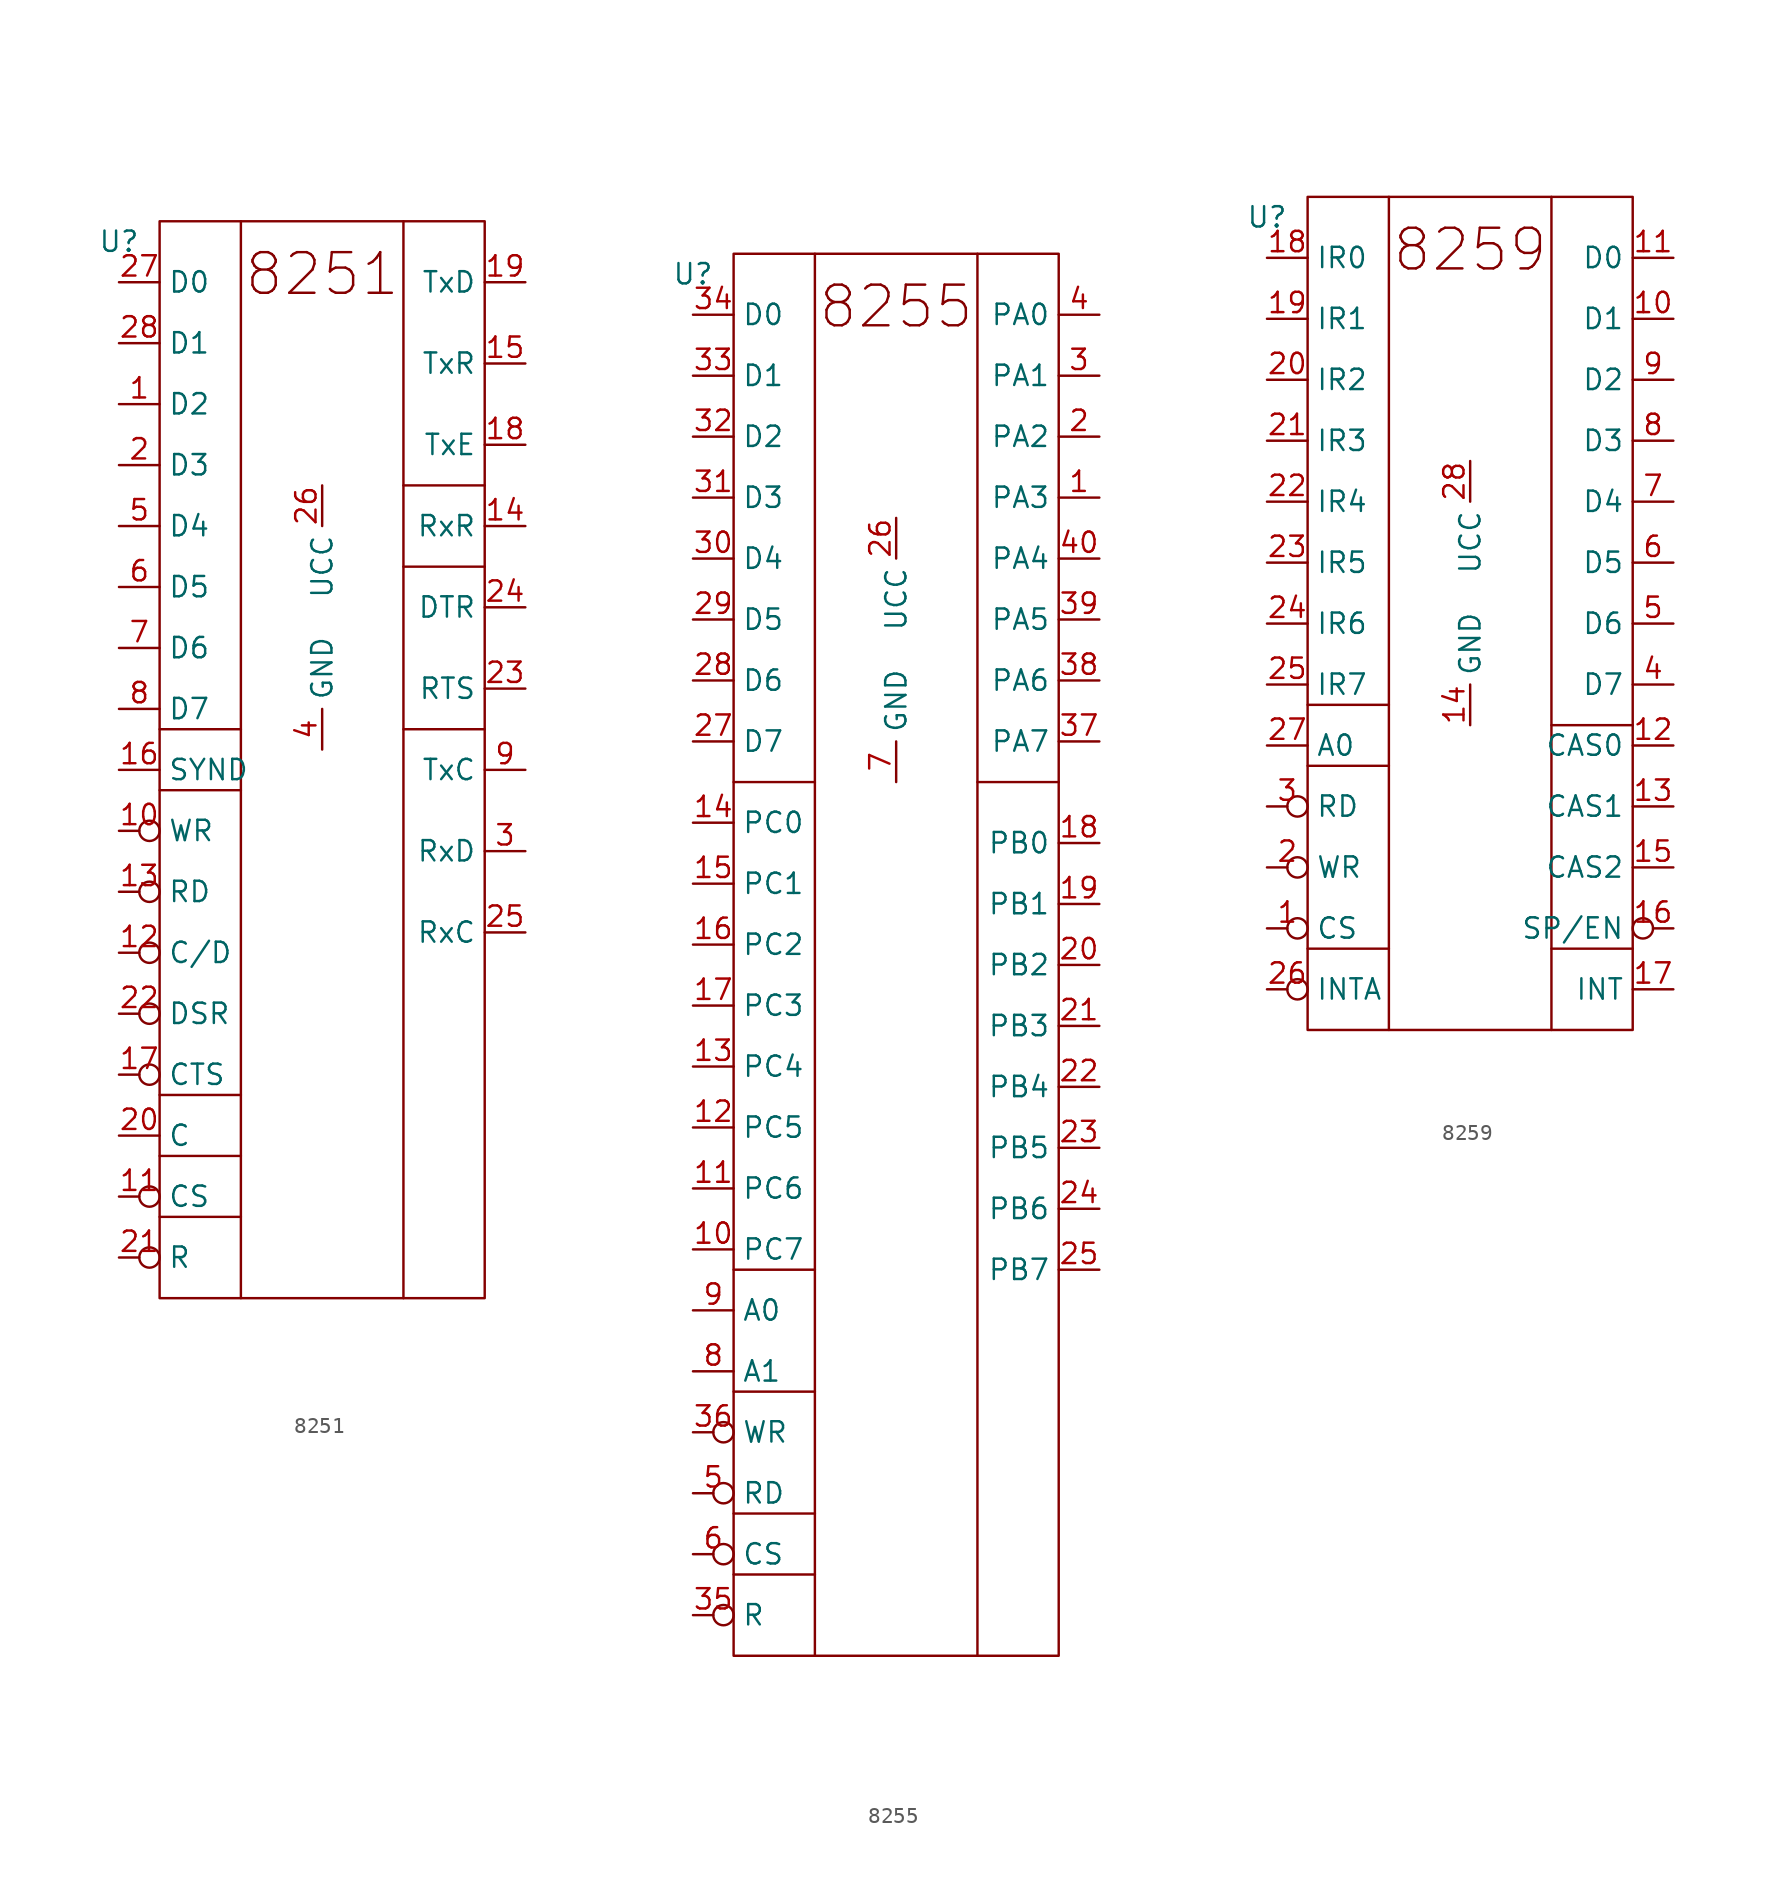
<source format=kicad_sym>
(kicad_symbol_lib
  (version 20231120)
  (generator "kicad_symbol_editor")
  (generator_version "8.0")
  (symbol "8251"
    (property "Reference" "U"
      (at 0 2.54 0)
      (effects (font (size 1.27 1.27))))
    (property "Value" ""
      (at 2.54 6.35 0)
      (effects (font (size 1.27 1.27))))
    (symbol "8251_0_1"
      (polyline (pts (xy 2.54 -58.42) (xy 7.62 -58.42)) (stroke (width 0) (type default)) (fill (type none)))
      (polyline (pts (xy 2.54 -54.61) (xy 7.62 -54.61)) (stroke (width 0) (type default)) (fill (type none)))
      (polyline (pts (xy 2.54 -50.8) (xy 7.62 -50.8)) (stroke (width 0) (type default)) (fill (type none)))
      (polyline (pts (xy 2.54 -31.75) (xy 7.62 -31.75)) (stroke (width 0) (type default)) (fill (type none)))
      (polyline (pts (xy 2.54 -27.94) (xy 7.62 -27.94)) (stroke (width 0) (type default)) (fill (type none)))
      (polyline (pts (xy 7.62 3.81) (xy 7.62 -63.5)) (stroke (width 0) (type default)) (fill (type none)))
      (polyline (pts (xy 17.78 -17.78) (xy 22.86 -17.78)) (stroke (width 0) (type default)) (fill (type none)))
      (polyline (pts (xy 17.78 -12.7) (xy 22.86 -12.7)) (stroke (width 0) (type default)) (fill (type none)))
      (polyline (pts (xy 17.78 3.81) (xy 17.78 -63.5)) (stroke (width 0) (type default)) (fill (type none)))
      (rectangle (start 2.54 3.81) (end 22.86 -63.5) (stroke (width 0) (type default)) (fill (type none))))
    (symbol "8251_1_1"
      (polyline (pts (xy 17.78 -27.94) (xy 22.86 -27.94)) (stroke (width 0) (type default)) (fill (type none)))
      (text "8251" (at 12.7 0.508 0) (effects (font (size 2.54 2.54))))
      (pin bidirectional line (at 0 -7.62 0) (length 2.54) (name "D2" (effects (font (size 1.27 1.27)))) (number "1" (effects (font (size 1.27 1.27)))))
      (pin input inverted (at 0 -34.29 0) (length 2.54) (name "WR" (effects (font (size 1.27 1.27)))) (number "10" (effects (font (size 1.27 1.27)))))
      (pin input inverted (at 0 -57.15 0) (length 2.54) (name "CS" (effects (font (size 1.27 1.27)))) (number "11" (effects (font (size 1.27 1.27)))))
      (pin input inverted (at 0 -41.91 0) (length 2.54) (name "C/D" (effects (font (size 1.27 1.27)))) (number "12" (effects (font (size 1.27 1.27)))))
      (pin input inverted (at 0 -38.1 0) (length 2.54) (name "RD" (effects (font (size 1.27 1.27)))) (number "13" (effects (font (size 1.27 1.27)))))
      (pin output line (at 25.4 -15.24 180) (length 2.54) (name "RxR" (effects (font (size 1.27 1.27)))) (number "14" (effects (font (size 1.27 1.27)))))
      (pin output line (at 25.4 -5.08 180) (length 2.54) (name "TxR" (effects (font (size 1.27 1.27)))) (number "15" (effects (font (size 1.27 1.27)))))
      (pin bidirectional line (at 0 -30.48 0) (length 2.54) (name "SYND" (effects (font (size 1.27 1.27)))) (number "16" (effects (font (size 1.27 1.27)))))
      (pin input inverted (at 0 -49.53 0) (length 2.54) (name "CTS" (effects (font (size 1.27 1.27)))) (number "17" (effects (font (size 1.27 1.27)))))
      (pin output line (at 25.4 -10.16 180) (length 2.54) (name "TxE" (effects (font (size 1.27 1.27)))) (number "18" (effects (font (size 1.27 1.27)))))
      (pin output line (at 25.4 0 180) (length 2.54) (name "TxD" (effects (font (size 1.27 1.27)))) (number "19" (effects (font (size 1.27 1.27)))))
      (pin bidirectional line (at 0 -11.43 0) (length 2.54) (name "D3" (effects (font (size 1.27 1.27)))) (number "2" (effects (font (size 1.27 1.27)))))
      (pin input line (at 0 -53.34 0) (length 2.54) (name "C" (effects (font (size 1.27 1.27)))) (number "20" (effects (font (size 1.27 1.27)))))
      (pin input inverted (at 0 -60.96 0) (length 2.54) (name "R" (effects (font (size 1.27 1.27)))) (number "21" (effects (font (size 1.27 1.27)))))
      (pin input inverted (at 0 -45.72 0) (length 2.54) (name "DSR" (effects (font (size 1.27 1.27)))) (number "22" (effects (font (size 1.27 1.27)))))
      (pin output line (at 25.4 -25.4 180) (length 2.54) (name "RTS" (effects (font (size 1.27 1.27)))) (number "23" (effects (font (size 1.27 1.27)))))
      (pin output line (at 25.4 -20.32 180) (length 2.54) (name "DTR" (effects (font (size 1.27 1.27)))) (number "24" (effects (font (size 1.27 1.27)))))
      (pin input line (at 25.4 -40.64 180) (length 2.54) (name "RxC" (effects (font (size 1.27 1.27)))) (number "25" (effects (font (size 1.27 1.27)))))
      (pin power_in line (at 12.7 -12.7 270) (length 2.54) (name "UCC" (effects (font (size 1.27 1.27)))) (number "26" (effects (font (size 1.27 1.27)))))
      (pin bidirectional line (at 0 0 0) (length 2.54) (name "D0" (effects (font (size 1.27 1.27)))) (number "27" (effects (font (size 1.27 1.27)))))
      (pin bidirectional line (at 0 -3.81 0) (length 2.54) (name "D1" (effects (font (size 1.27 1.27)))) (number "28" (effects (font (size 1.27 1.27)))))
      (pin input line (at 25.4 -35.56 180) (length 2.54) (name "RxD" (effects (font (size 1.27 1.27)))) (number "3" (effects (font (size 1.27 1.27)))))
      (pin power_in line (at 12.7 -29.21 90) (length 2.54) (name "GND" (effects (font (size 1.27 1.27)))) (number "4" (effects (font (size 1.27 1.27)))))
      (pin bidirectional line (at 0 -15.24 0) (length 2.54) (name "D4" (effects (font (size 1.27 1.27)))) (number "5" (effects (font (size 1.27 1.27)))))
      (pin bidirectional line (at 0 -19.05 0) (length 2.54) (name "D5" (effects (font (size 1.27 1.27)))) (number "6" (effects (font (size 1.27 1.27)))))
      (pin bidirectional line (at 0 -22.86 0) (length 2.54) (name "D6" (effects (font (size 1.27 1.27)))) (number "7" (effects (font (size 1.27 1.27)))))
      (pin bidirectional line (at 0 -26.67 0) (length 2.54) (name "D7" (effects (font (size 1.27 1.27)))) (number "8" (effects (font (size 1.27 1.27)))))
      (pin output line (at 25.4 -30.48 180) (length 2.54) (name "TxC" (effects (font (size 1.27 1.27)))) (number "9" (effects (font (size 1.27 1.27)))))))
  (symbol "8255"
    (property "Reference" "U"
      (at 0 2.54 0)
      (effects (font (size 1.27 1.27))))
    (property "Value" ""
      (at 2.54 6.35 0)
      (effects (font (size 1.27 1.27))))
    (symbol "8255_0_1"
      (polyline (pts (xy 2.54 -78.74) (xy 7.62 -78.74)) (stroke (width 0) (type default)) (fill (type none)))
      (polyline (pts (xy 2.54 -74.93) (xy 7.62 -74.93)) (stroke (width 0) (type default)) (fill (type none)))
      (polyline (pts (xy 2.54 -67.31) (xy 7.62 -67.31)) (stroke (width 0) (type default)) (fill (type none)))
      (polyline (pts (xy 2.54 -59.69) (xy 7.62 -59.69)) (stroke (width 0) (type default)) (fill (type none)))
      (polyline (pts (xy 2.54 -29.21) (xy 7.62 -29.21)) (stroke (width 0) (type default)) (fill (type none)))
      (polyline (pts (xy 7.62 3.81) (xy 7.62 -83.82)) (stroke (width 0) (type default)) (fill (type none)))
      (polyline (pts (xy 17.78 3.81) (xy 17.78 -83.82)) (stroke (width 0) (type default)) (fill (type none)))
      (rectangle (start 2.54 3.81) (end 22.86 -83.82) (stroke (width 0) (type default)) (fill (type none))))
    (symbol "8255_1_1"
      (polyline (pts (xy 17.78 -29.21) (xy 22.86 -29.21)) (stroke (width 0) (type default)) (fill (type none)))
      (text "8255" (at 12.7 0.508 0) (effects (font (size 2.54 2.54))))
      (pin bidirectional line (at 25.4 -11.43 180) (length 2.54) (name "PA3" (effects (font (size 1.27 1.27)))) (number "1" (effects (font (size 1.27 1.27)))))
      (pin bidirectional line (at 0 -58.42 0) (length 2.54) (name "PC7" (effects (font (size 1.27 1.27)))) (number "10" (effects (font (size 1.27 1.27)))))
      (pin bidirectional line (at 0 -54.61 0) (length 2.54) (name "PC6" (effects (font (size 1.27 1.27)))) (number "11" (effects (font (size 1.27 1.27)))))
      (pin bidirectional line (at 0 -50.8 0) (length 2.54) (name "PC5" (effects (font (size 1.27 1.27)))) (number "12" (effects (font (size 1.27 1.27)))))
      (pin bidirectional line (at 0 -46.99 0) (length 2.54) (name "PC4" (effects (font (size 1.27 1.27)))) (number "13" (effects (font (size 1.27 1.27)))))
      (pin bidirectional line (at 0 -31.75 0) (length 2.54) (name "PC0" (effects (font (size 1.27 1.27)))) (number "14" (effects (font (size 1.27 1.27)))))
      (pin bidirectional line (at 0 -35.56 0) (length 2.54) (name "PC1" (effects (font (size 1.27 1.27)))) (number "15" (effects (font (size 1.27 1.27)))))
      (pin bidirectional line (at 0 -39.37 0) (length 2.54) (name "PC2" (effects (font (size 1.27 1.27)))) (number "16" (effects (font (size 1.27 1.27)))))
      (pin bidirectional line (at 0 -43.18 0) (length 2.54) (name "PC3" (effects (font (size 1.27 1.27)))) (number "17" (effects (font (size 1.27 1.27)))))
      (pin bidirectional line (at 25.4 -33.02 180) (length 2.54) (name "PB0" (effects (font (size 1.27 1.27)))) (number "18" (effects (font (size 1.27 1.27)))))
      (pin bidirectional line (at 25.4 -36.83 180) (length 2.54) (name "PB1" (effects (font (size 1.27 1.27)))) (number "19" (effects (font (size 1.27 1.27)))))
      (pin bidirectional line (at 25.4 -7.62 180) (length 2.54) (name "PA2" (effects (font (size 1.27 1.27)))) (number "2" (effects (font (size 1.27 1.27)))))
      (pin bidirectional line (at 25.4 -40.64 180) (length 2.54) (name "PB2" (effects (font (size 1.27 1.27)))) (number "20" (effects (font (size 1.27 1.27)))))
      (pin bidirectional line (at 25.4 -44.45 180) (length 2.54) (name "PB3" (effects (font (size 1.27 1.27)))) (number "21" (effects (font (size 1.27 1.27)))))
      (pin bidirectional line (at 25.4 -48.26 180) (length 2.54) (name "PB4" (effects (font (size 1.27 1.27)))) (number "22" (effects (font (size 1.27 1.27)))))
      (pin bidirectional line (at 25.4 -52.07 180) (length 2.54) (name "PB5" (effects (font (size 1.27 1.27)))) (number "23" (effects (font (size 1.27 1.27)))))
      (pin bidirectional line (at 25.4 -55.88 180) (length 2.54) (name "PB6" (effects (font (size 1.27 1.27)))) (number "24" (effects (font (size 1.27 1.27)))))
      (pin bidirectional line (at 25.4 -59.69 180) (length 2.54) (name "PB7" (effects (font (size 1.27 1.27)))) (number "25" (effects (font (size 1.27 1.27)))))
      (pin power_in line (at 12.7 -12.7 270) (length 2.54) (name "UCC" (effects (font (size 1.27 1.27)))) (number "26" (effects (font (size 1.27 1.27)))))
      (pin bidirectional line (at 0 -26.67 0) (length 2.54) (name "D7" (effects (font (size 1.27 1.27)))) (number "27" (effects (font (size 1.27 1.27)))))
      (pin bidirectional line (at 0 -22.86 0) (length 2.54) (name "D6" (effects (font (size 1.27 1.27)))) (number "28" (effects (font (size 1.27 1.27)))))
      (pin bidirectional line (at 0 -19.05 0) (length 2.54) (name "D5" (effects (font (size 1.27 1.27)))) (number "29" (effects (font (size 1.27 1.27)))))
      (pin bidirectional line (at 25.4 -3.81 180) (length 2.54) (name "PA1" (effects (font (size 1.27 1.27)))) (number "3" (effects (font (size 1.27 1.27)))))
      (pin bidirectional line (at 0 -15.24 0) (length 2.54) (name "D4" (effects (font (size 1.27 1.27)))) (number "30" (effects (font (size 1.27 1.27)))))
      (pin bidirectional line (at 0 -11.43 0) (length 2.54) (name "D3" (effects (font (size 1.27 1.27)))) (number "31" (effects (font (size 1.27 1.27)))))
      (pin bidirectional line (at 0 -7.62 0) (length 2.54) (name "D2" (effects (font (size 1.27 1.27)))) (number "32" (effects (font (size 1.27 1.27)))))
      (pin bidirectional line (at 0 -3.81 0) (length 2.54) (name "D1" (effects (font (size 1.27 1.27)))) (number "33" (effects (font (size 1.27 1.27)))))
      (pin bidirectional line (at 0 0 0) (length 2.54) (name "D0" (effects (font (size 1.27 1.27)))) (number "34" (effects (font (size 1.27 1.27)))))
      (pin input inverted (at 0 -81.28 0) (length 2.54) (name "R" (effects (font (size 1.27 1.27)))) (number "35" (effects (font (size 1.27 1.27)))))
      (pin input inverted (at 0 -69.85 0) (length 2.54) (name "WR" (effects (font (size 1.27 1.27)))) (number "36" (effects (font (size 1.27 1.27)))))
      (pin bidirectional line (at 25.4 -26.67 180) (length 2.54) (name "PA7" (effects (font (size 1.27 1.27)))) (number "37" (effects (font (size 1.27 1.27)))))
      (pin bidirectional line (at 25.4 -22.86 180) (length 2.54) (name "PA6" (effects (font (size 1.27 1.27)))) (number "38" (effects (font (size 1.27 1.27)))))
      (pin bidirectional line (at 25.4 -19.05 180) (length 2.54) (name "PA5" (effects (font (size 1.27 1.27)))) (number "39" (effects (font (size 1.27 1.27)))))
      (pin bidirectional line (at 25.4 0 180) (length 2.54) (name "PA0" (effects (font (size 1.27 1.27)))) (number "4" (effects (font (size 1.27 1.27)))))
      (pin bidirectional line (at 25.4 -15.24 180) (length 2.54) (name "PA4" (effects (font (size 1.27 1.27)))) (number "40" (effects (font (size 1.27 1.27)))))
      (pin input inverted (at 0 -73.66 0) (length 2.54) (name "RD" (effects (font (size 1.27 1.27)))) (number "5" (effects (font (size 1.27 1.27)))))
      (pin input inverted (at 0 -77.47 0) (length 2.54) (name "CS" (effects (font (size 1.27 1.27)))) (number "6" (effects (font (size 1.27 1.27)))))
      (pin power_in line (at 12.7 -29.21 90) (length 2.54) (name "GND" (effects (font (size 1.27 1.27)))) (number "7" (effects (font (size 1.27 1.27)))))
      (pin input line (at 0 -66.04 0) (length 2.54) (name "A1" (effects (font (size 1.27 1.27)))) (number "8" (effects (font (size 1.27 1.27)))))
      (pin input line (at 0 -62.23 0) (length 2.54) (name "A0" (effects (font (size 1.27 1.27)))) (number "9" (effects (font (size 1.27 1.27)))))))
  (symbol "8259"
    (property "Reference" "U"
      (at 0 2.54 0)
      (effects (font (size 1.27 1.27))))
    (property "Value" ""
      (at 2.54 6.35 0)
      (effects (font (size 1.27 1.27))))
    (symbol "8259_0_1"
      (polyline (pts (xy 2.54 -43.18) (xy 7.62 -43.18)) (stroke (width 0) (type default)) (fill (type none)))
      (polyline (pts (xy 2.54 -31.75) (xy 7.62 -31.75)) (stroke (width 0) (type default)) (fill (type none)))
      (polyline (pts (xy 2.54 -27.94) (xy 7.62 -27.94)) (stroke (width 0) (type default)) (fill (type none)))
      (polyline (pts (xy 7.62 3.81) (xy 7.62 -48.26)) (stroke (width 0) (type default)) (fill (type none)))
      (polyline (pts (xy 17.78 -43.18) (xy 22.86 -43.18)) (stroke (width 0) (type default)) (fill (type none)))
      (polyline (pts (xy 17.78 -29.21) (xy 22.86 -29.21)) (stroke (width 0) (type default)) (fill (type none)))
      (polyline (pts (xy 17.78 3.81) (xy 17.78 -48.26)) (stroke (width 0) (type default)) (fill (type none)))
      (rectangle (start 2.54 3.81) (end 22.86 -48.26) (stroke (width 0) (type default)) (fill (type none))))
    (symbol "8259_1_1"
      (text "8259\n" (at 12.7 0.508 0) (effects (font (size 2.54 2.54))))
      (pin input inverted (at 0 -41.91 0) (length 2.54) (name "CS" (effects (font (size 1.27 1.27)))) (number "1" (effects (font (size 1.27 1.27)))))
      (pin tri_state line (at 25.4 -3.81 180) (length 2.54) (name "D1" (effects (font (size 1.27 1.27)))) (number "10" (effects (font (size 1.27 1.27)))))
      (pin tri_state line (at 25.4 0 180) (length 2.54) (name "D0" (effects (font (size 1.27 1.27)))) (number "11" (effects (font (size 1.27 1.27)))))
      (pin tri_state line (at 25.4 -30.48 180) (length 2.54) (name "CAS0" (effects (font (size 1.27 1.27)))) (number "12" (effects (font (size 1.27 1.27)))))
      (pin tri_state line (at 25.4 -34.29 180) (length 2.54) (name "CAS1" (effects (font (size 1.27 1.27)))) (number "13" (effects (font (size 1.27 1.27)))))
      (pin power_in line (at 12.7 -29.21 90) (length 2.54) (name "GND" (effects (font (size 1.27 1.27)))) (number "14" (effects (font (size 1.27 1.27)))))
      (pin tri_state line (at 25.4 -38.1 180) (length 2.54) (name "CAS2" (effects (font (size 1.27 1.27)))) (number "15" (effects (font (size 1.27 1.27)))))
      (pin tri_state inverted (at 25.4 -41.91 180) (length 2.54) (name "SP/EN" (effects (font (size 1.27 1.27)))) (number "16" (effects (font (size 1.27 1.27)))))
      (pin output line (at 25.4 -45.72 180) (length 2.54) (name "INT" (effects (font (size 1.27 1.27)))) (number "17" (effects (font (size 1.27 1.27)))))
      (pin input line (at 0 0 0) (length 2.54) (name "IR0" (effects (font (size 1.27 1.27)))) (number "18" (effects (font (size 1.27 1.27)))))
      (pin input line (at 0 -3.81 0) (length 2.54) (name "IR1" (effects (font (size 1.27 1.27)))) (number "19" (effects (font (size 1.27 1.27)))))
      (pin input inverted (at 0 -38.1 0) (length 2.54) (name "WR" (effects (font (size 1.27 1.27)))) (number "2" (effects (font (size 1.27 1.27)))))
      (pin input line (at 0 -7.62 0) (length 2.54) (name "IR2" (effects (font (size 1.27 1.27)))) (number "20" (effects (font (size 1.27 1.27)))))
      (pin input line (at 0 -11.43 0) (length 2.54) (name "IR3" (effects (font (size 1.27 1.27)))) (number "21" (effects (font (size 1.27 1.27)))))
      (pin input line (at 0 -15.24 0) (length 2.54) (name "IR4" (effects (font (size 1.27 1.27)))) (number "22" (effects (font (size 1.27 1.27)))))
      (pin input line (at 0 -19.05 0) (length 2.54) (name "IR5" (effects (font (size 1.27 1.27)))) (number "23" (effects (font (size 1.27 1.27)))))
      (pin input line (at 0 -22.86 0) (length 2.54) (name "IR6" (effects (font (size 1.27 1.27)))) (number "24" (effects (font (size 1.27 1.27)))))
      (pin input line (at 0 -26.67 0) (length 2.54) (name "IR7" (effects (font (size 1.27 1.27)))) (number "25" (effects (font (size 1.27 1.27)))))
      (pin input inverted (at 0 -45.72 0) (length 2.54) (name "INTA" (effects (font (size 1.27 1.27)))) (number "26" (effects (font (size 1.27 1.27)))))
      (pin input line (at 0 -30.48 0) (length 2.54) (name "A0" (effects (font (size 1.27 1.27)))) (number "27" (effects (font (size 1.27 1.27)))))
      (pin power_in line (at 12.7 -12.7 270) (length 2.54) (name "UCC" (effects (font (size 1.27 1.27)))) (number "28" (effects (font (size 1.27 1.27)))))
      (pin input inverted (at 0 -34.29 0) (length 2.54) (name "RD" (effects (font (size 1.27 1.27)))) (number "3" (effects (font (size 1.27 1.27)))))
      (pin tri_state line (at 25.4 -26.67 180) (length 2.54) (name "D7" (effects (font (size 1.27 1.27)))) (number "4" (effects (font (size 1.27 1.27)))))
      (pin tri_state line (at 25.4 -22.86 180) (length 2.54) (name "D6" (effects (font (size 1.27 1.27)))) (number "5" (effects (font (size 1.27 1.27)))))
      (pin tri_state line (at 25.4 -19.05 180) (length 2.54) (name "D5" (effects (font (size 1.27 1.27)))) (number "6" (effects (font (size 1.27 1.27)))))
      (pin tri_state line (at 25.4 -15.24 180) (length 2.54) (name "D4" (effects (font (size 1.27 1.27)))) (number "7" (effects (font (size 1.27 1.27)))))
      (pin tri_state line (at 25.4 -11.43 180) (length 2.54) (name "D3" (effects (font (size 1.27 1.27)))) (number "8" (effects (font (size 1.27 1.27)))))
      (pin tri_state line (at 25.4 -7.62 180) (length 2.54) (name "D2" (effects (font (size 1.27 1.27)))) (number "9" (effects (font (size 1.27 1.27))))))))
</source>
